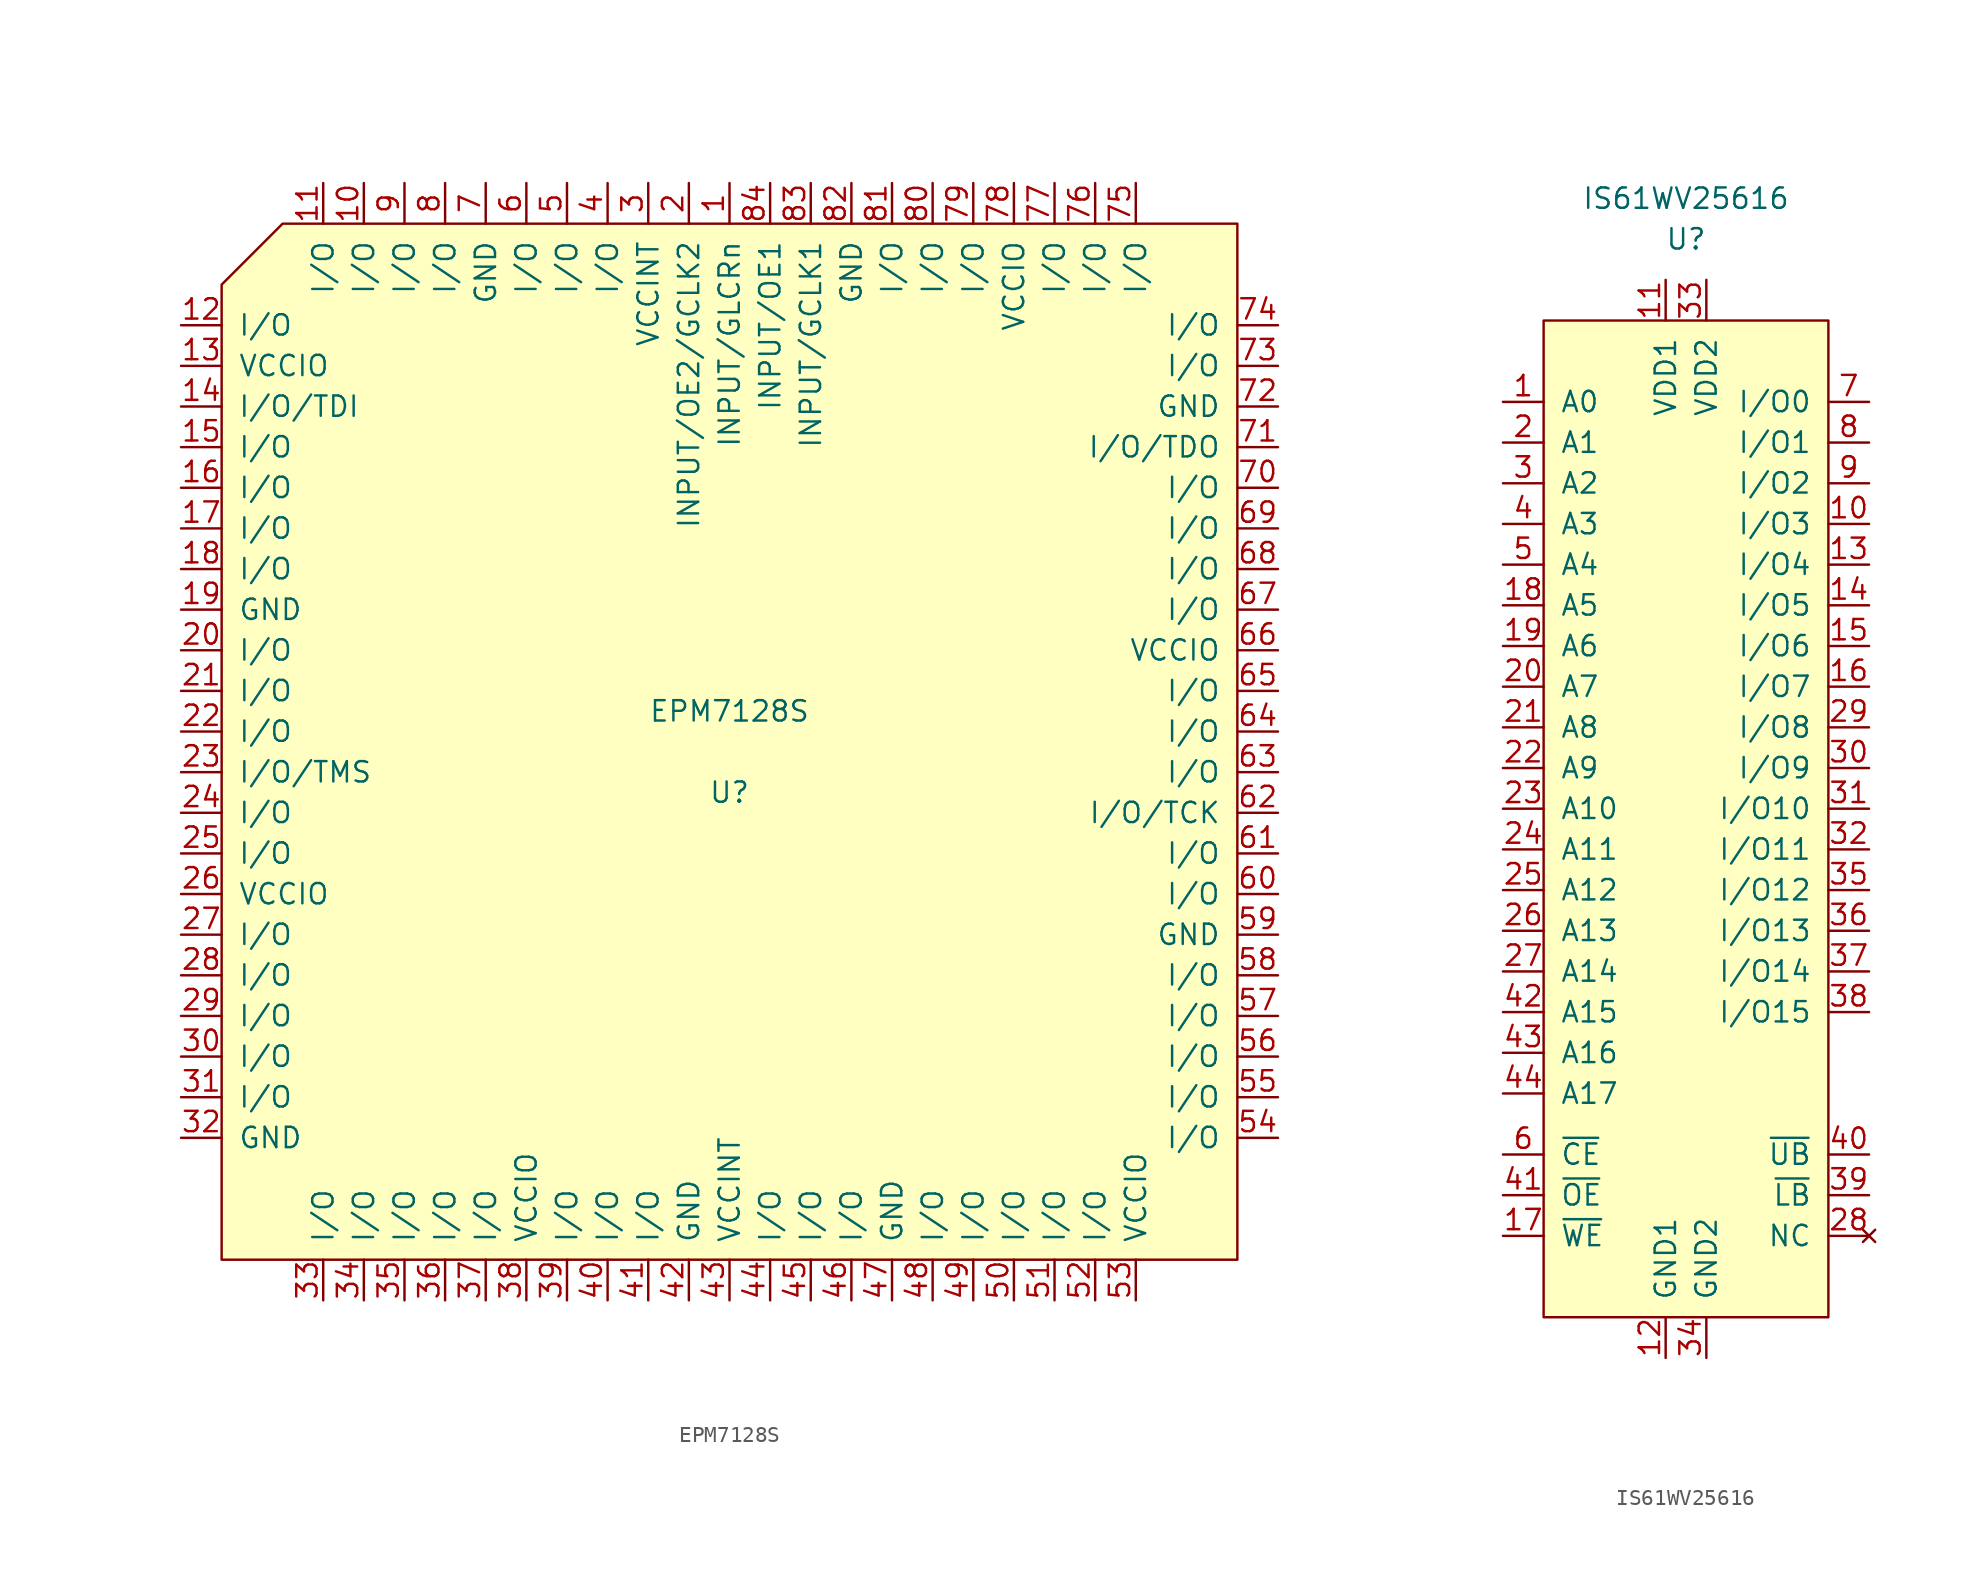
<source format=kicad_sym>
(kicad_symbol_lib
  (version 20220914)
  (generator kicad_symbol_editor)
  (symbol "EPM7128S"
    (pin_names
      (offset 1.016))
    (property "Reference" "U"
      (at 0 -2.54 0)
      (effects (font (size 1.27 1.27))))
    (property "Value" "EPM7128S"
      (at 0 2.54 0)
      (effects (font (size 1.27 1.27))))
    (symbol "EPM7128S_0_0"
      (pin input line (at 0 35.56 270) (length 2.54) (name "INPUT/GLCRn" (effects (font (size 1.27 1.27)))) (number "1" (effects (font (size 1.27 1.27)))))
      (pin bidirectional line (at -22.86 35.56 270) (length 2.54) (name "I/O" (effects (font (size 1.27 1.27)))) (number "10" (effects (font (size 1.27 1.27)))))
      (pin bidirectional line (at -25.4 35.56 270) (length 2.54) (name "I/O" (effects (font (size 1.27 1.27)))) (number "11" (effects (font (size 1.27 1.27)))))
      (pin input line (at -2.54 35.56 270) (length 2.54) (name "INPUT/OE2/GCLK2" (effects (font (size 1.27 1.27)))) (number "2" (effects (font (size 1.27 1.27)))))
      (pin power_in line (at -5.08 35.56 270) (length 2.54) (name "VCCINT" (effects (font (size 1.27 1.27)))) (number "3" (effects (font (size 1.27 1.27)))))
      (pin bidirectional line (at -7.62 35.56 270) (length 2.54) (name "I/O" (effects (font (size 1.27 1.27)))) (number "4" (effects (font (size 1.27 1.27)))))
      (pin bidirectional line (at -10.16 35.56 270) (length 2.54) (name "I/O" (effects (font (size 1.27 1.27)))) (number "5" (effects (font (size 1.27 1.27)))))
      (pin bidirectional line (at -12.7 35.56 270) (length 2.54) (name "I/O" (effects (font (size 1.27 1.27)))) (number "6" (effects (font (size 1.27 1.27)))))
      (pin power_in line (at -15.24 35.56 270) (length 2.54) (name "GND" (effects (font (size 1.27 1.27)))) (number "7" (effects (font (size 1.27 1.27)))))
      (pin bidirectional line (at -17.78 35.56 270) (length 2.54) (name "I/O" (effects (font (size 1.27 1.27)))) (number "8" (effects (font (size 1.27 1.27)))))
      (pin bidirectional line (at -20.32 35.56 270) (length 2.54) (name "I/O" (effects (font (size 1.27 1.27)))) (number "9" (effects (font (size 1.27 1.27))))))
    (symbol "EPM7128S_0_1"
      (polyline (pts (xy -27.94 33.02) (xy -31.75 29.21) (xy -31.75 -31.75) (xy 31.75 -31.75) (xy 31.75 33.02) (xy -27.94 33.02)) (stroke (width 0) (type solid)) (fill (type background))))
    (symbol "EPM7128S_1_1"
      (pin bidirectional line (at -34.29 26.67 0) (length 2.54) (name "I/O" (effects (font (size 1.27 1.27)))) (number "12" (effects (font (size 1.27 1.27)))))
      (pin power_in line (at -34.29 24.13 0) (length 2.54) (name "VCCIO" (effects (font (size 1.27 1.27)))) (number "13" (effects (font (size 1.27 1.27)))))
      (pin bidirectional line (at -34.29 21.59 0) (length 2.54) (name "I/O/TDI" (effects (font (size 1.27 1.27)))) (number "14" (effects (font (size 1.27 1.27)))))
      (pin bidirectional line (at -34.29 19.05 0) (length 2.54) (name "I/O" (effects (font (size 1.27 1.27)))) (number "15" (effects (font (size 1.27 1.27)))))
      (pin bidirectional line (at -34.29 16.51 0) (length 2.54) (name "I/O" (effects (font (size 1.27 1.27)))) (number "16" (effects (font (size 1.27 1.27)))))
      (pin bidirectional line (at -34.29 13.97 0) (length 2.54) (name "I/O" (effects (font (size 1.27 1.27)))) (number "17" (effects (font (size 1.27 1.27)))))
      (pin bidirectional line (at -34.29 11.43 0) (length 2.54) (name "I/O" (effects (font (size 1.27 1.27)))) (number "18" (effects (font (size 1.27 1.27)))))
      (pin power_in line (at -34.29 8.89 0) (length 2.54) (name "GND" (effects (font (size 1.27 1.27)))) (number "19" (effects (font (size 1.27 1.27)))))
      (pin bidirectional line (at -34.29 6.35 0) (length 2.54) (name "I/O" (effects (font (size 1.27 1.27)))) (number "20" (effects (font (size 1.27 1.27)))))
      (pin bidirectional line (at -34.29 3.81 0) (length 2.54) (name "I/O" (effects (font (size 1.27 1.27)))) (number "21" (effects (font (size 1.27 1.27)))))
      (pin bidirectional line (at -34.29 1.27 0) (length 2.54) (name "I/O" (effects (font (size 1.27 1.27)))) (number "22" (effects (font (size 1.27 1.27)))))
      (pin bidirectional line (at -34.29 -1.27 0) (length 2.54) (name "I/O/TMS" (effects (font (size 1.27 1.27)))) (number "23" (effects (font (size 1.27 1.27)))))
      (pin bidirectional line (at -34.29 -3.81 0) (length 2.54) (name "I/O" (effects (font (size 1.27 1.27)))) (number "24" (effects (font (size 1.27 1.27)))))
      (pin bidirectional line (at -34.29 -6.35 0) (length 2.54) (name "I/O" (effects (font (size 1.27 1.27)))) (number "25" (effects (font (size 1.27 1.27)))))
      (pin power_in line (at -34.29 -8.89 0) (length 2.54) (name "VCCIO" (effects (font (size 1.27 1.27)))) (number "26" (effects (font (size 1.27 1.27)))))
      (pin bidirectional line (at -34.29 -11.43 0) (length 2.54) (name "I/O" (effects (font (size 1.27 1.27)))) (number "27" (effects (font (size 1.27 1.27)))))
      (pin bidirectional line (at -34.29 -13.97 0) (length 2.54) (name "I/O" (effects (font (size 1.27 1.27)))) (number "28" (effects (font (size 1.27 1.27)))))
      (pin bidirectional line (at -34.29 -16.51 0) (length 2.54) (name "I/O" (effects (font (size 1.27 1.27)))) (number "29" (effects (font (size 1.27 1.27)))))
      (pin bidirectional line (at -34.29 -19.05 0) (length 2.54) (name "I/O" (effects (font (size 1.27 1.27)))) (number "30" (effects (font (size 1.27 1.27)))))
      (pin bidirectional line (at -34.29 -21.59 0) (length 2.54) (name "I/O" (effects (font (size 1.27 1.27)))) (number "31" (effects (font (size 1.27 1.27)))))
      (pin power_in line (at -34.29 -24.13 0) (length 2.54) (name "GND" (effects (font (size 1.27 1.27)))) (number "32" (effects (font (size 1.27 1.27)))))
      (pin bidirectional line (at -25.4 -34.29 90) (length 2.54) (name "I/O" (effects (font (size 1.27 1.27)))) (number "33" (effects (font (size 1.27 1.27)))))
      (pin bidirectional line (at -22.86 -34.29 90) (length 2.54) (name "I/O" (effects (font (size 1.27 1.27)))) (number "34" (effects (font (size 1.27 1.27)))))
      (pin bidirectional line (at -20.32 -34.29 90) (length 2.54) (name "I/O" (effects (font (size 1.27 1.27)))) (number "35" (effects (font (size 1.27 1.27)))))
      (pin bidirectional line (at -17.78 -34.29 90) (length 2.54) (name "I/O" (effects (font (size 1.27 1.27)))) (number "36" (effects (font (size 1.27 1.27)))))
      (pin bidirectional line (at -15.24 -34.29 90) (length 2.54) (name "I/O" (effects (font (size 1.27 1.27)))) (number "37" (effects (font (size 1.27 1.27)))))
      (pin power_in line (at -12.7 -34.29 90) (length 2.54) (name "VCCIO" (effects (font (size 1.27 1.27)))) (number "38" (effects (font (size 1.27 1.27)))))
      (pin bidirectional line (at -10.16 -34.29 90) (length 2.54) (name "I/O" (effects (font (size 1.27 1.27)))) (number "39" (effects (font (size 1.27 1.27)))))
      (pin bidirectional line (at -7.62 -34.29 90) (length 2.54) (name "I/O" (effects (font (size 1.27 1.27)))) (number "40" (effects (font (size 1.27 1.27)))))
      (pin bidirectional line (at -5.08 -34.29 90) (length 2.54) (name "I/O" (effects (font (size 1.27 1.27)))) (number "41" (effects (font (size 1.27 1.27)))))
      (pin power_in line (at -2.54 -34.29 90) (length 2.54) (name "GND" (effects (font (size 1.27 1.27)))) (number "42" (effects (font (size 1.27 1.27)))))
      (pin power_in line (at 0 -34.29 90) (length 2.54) (name "VCCINT" (effects (font (size 1.27 1.27)))) (number "43" (effects (font (size 1.27 1.27)))))
      (pin bidirectional line (at 2.54 -34.29 90) (length 2.54) (name "I/O" (effects (font (size 1.27 1.27)))) (number "44" (effects (font (size 1.27 1.27)))))
      (pin bidirectional line (at 5.08 -34.29 90) (length 2.54) (name "I/O" (effects (font (size 1.27 1.27)))) (number "45" (effects (font (size 1.27 1.27)))))
      (pin bidirectional line (at 7.62 -34.29 90) (length 2.54) (name "I/O" (effects (font (size 1.27 1.27)))) (number "46" (effects (font (size 1.27 1.27)))))
      (pin power_in line (at 10.16 -34.29 90) (length 2.54) (name "GND" (effects (font (size 1.27 1.27)))) (number "47" (effects (font (size 1.27 1.27)))))
      (pin bidirectional line (at 12.7 -34.29 90) (length 2.54) (name "I/O" (effects (font (size 1.27 1.27)))) (number "48" (effects (font (size 1.27 1.27)))))
      (pin bidirectional line (at 15.24 -34.29 90) (length 2.54) (name "I/O" (effects (font (size 1.27 1.27)))) (number "49" (effects (font (size 1.27 1.27)))))
      (pin bidirectional line (at 17.78 -34.29 90) (length 2.54) (name "I/O" (effects (font (size 1.27 1.27)))) (number "50" (effects (font (size 1.27 1.27)))))
      (pin bidirectional line (at 20.32 -34.29 90) (length 2.54) (name "I/O" (effects (font (size 1.27 1.27)))) (number "51" (effects (font (size 1.27 1.27)))))
      (pin bidirectional line (at 22.86 -34.29 90) (length 2.54) (name "I/O" (effects (font (size 1.27 1.27)))) (number "52" (effects (font (size 1.27 1.27)))))
      (pin power_in line (at 25.4 -34.29 90) (length 2.54) (name "VCCIO" (effects (font (size 1.27 1.27)))) (number "53" (effects (font (size 1.27 1.27)))))
      (pin bidirectional line (at 34.29 -24.13 180) (length 2.54) (name "I/O" (effects (font (size 1.27 1.27)))) (number "54" (effects (font (size 1.27 1.27)))))
      (pin bidirectional line (at 34.29 -21.59 180) (length 2.54) (name "I/O" (effects (font (size 1.27 1.27)))) (number "55" (effects (font (size 1.27 1.27)))))
      (pin bidirectional line (at 34.29 -19.05 180) (length 2.54) (name "I/O" (effects (font (size 1.27 1.27)))) (number "56" (effects (font (size 1.27 1.27)))))
      (pin bidirectional line (at 34.29 -16.51 180) (length 2.54) (name "I/O" (effects (font (size 1.27 1.27)))) (number "57" (effects (font (size 1.27 1.27)))))
      (pin bidirectional line (at 34.29 -13.97 180) (length 2.54) (name "I/O" (effects (font (size 1.27 1.27)))) (number "58" (effects (font (size 1.27 1.27)))))
      (pin power_in line (at 34.29 -11.43 180) (length 2.54) (name "GND" (effects (font (size 1.27 1.27)))) (number "59" (effects (font (size 1.27 1.27)))))
      (pin bidirectional line (at 34.29 -8.89 180) (length 2.54) (name "I/O" (effects (font (size 1.27 1.27)))) (number "60" (effects (font (size 1.27 1.27)))))
      (pin bidirectional line (at 34.29 -6.35 180) (length 2.54) (name "I/O" (effects (font (size 1.27 1.27)))) (number "61" (effects (font (size 1.27 1.27)))))
      (pin bidirectional line (at 34.29 -3.81 180) (length 2.54) (name "I/O/TCK" (effects (font (size 1.27 1.27)))) (number "62" (effects (font (size 1.27 1.27)))))
      (pin bidirectional line (at 34.29 -1.27 180) (length 2.54) (name "I/O" (effects (font (size 1.27 1.27)))) (number "63" (effects (font (size 1.27 1.27)))))
      (pin bidirectional line (at 34.29 1.27 180) (length 2.54) (name "I/O" (effects (font (size 1.27 1.27)))) (number "64" (effects (font (size 1.27 1.27)))))
      (pin bidirectional line (at 34.29 3.81 180) (length 2.54) (name "I/O" (effects (font (size 1.27 1.27)))) (number "65" (effects (font (size 1.27 1.27)))))
      (pin power_in line (at 34.29 6.35 180) (length 2.54) (name "VCCIO" (effects (font (size 1.27 1.27)))) (number "66" (effects (font (size 1.27 1.27)))))
      (pin bidirectional line (at 34.29 8.89 180) (length 2.54) (name "I/O" (effects (font (size 1.27 1.27)))) (number "67" (effects (font (size 1.27 1.27)))))
      (pin bidirectional line (at 34.29 11.43 180) (length 2.54) (name "I/O" (effects (font (size 1.27 1.27)))) (number "68" (effects (font (size 1.27 1.27)))))
      (pin bidirectional line (at 34.29 13.97 180) (length 2.54) (name "I/O" (effects (font (size 1.27 1.27)))) (number "69" (effects (font (size 1.27 1.27)))))
      (pin bidirectional line (at 34.29 16.51 180) (length 2.54) (name "I/O" (effects (font (size 1.27 1.27)))) (number "70" (effects (font (size 1.27 1.27)))))
      (pin bidirectional line (at 34.29 19.05 180) (length 2.54) (name "I/O/TDO" (effects (font (size 1.27 1.27)))) (number "71" (effects (font (size 1.27 1.27)))))
      (pin power_in line (at 34.29 21.59 180) (length 2.54) (name "GND" (effects (font (size 1.27 1.27)))) (number "72" (effects (font (size 1.27 1.27)))))
      (pin bidirectional line (at 34.29 24.13 180) (length 2.54) (name "I/O" (effects (font (size 1.27 1.27)))) (number "73" (effects (font (size 1.27 1.27)))))
      (pin bidirectional line (at 34.29 26.67 180) (length 2.54) (name "I/O" (effects (font (size 1.27 1.27)))) (number "74" (effects (font (size 1.27 1.27)))))
      (pin bidirectional line (at 25.4 35.56 270) (length 2.54) (name "I/O" (effects (font (size 1.27 1.27)))) (number "75" (effects (font (size 1.27 1.27)))))
      (pin bidirectional line (at 22.86 35.56 270) (length 2.54) (name "I/O" (effects (font (size 1.27 1.27)))) (number "76" (effects (font (size 1.27 1.27)))))
      (pin bidirectional line (at 20.32 35.56 270) (length 2.54) (name "I/O" (effects (font (size 1.27 1.27)))) (number "77" (effects (font (size 1.27 1.27)))))
      (pin power_in line (at 17.78 35.56 270) (length 2.54) (name "VCCIO" (effects (font (size 1.27 1.27)))) (number "78" (effects (font (size 1.27 1.27)))))
      (pin bidirectional line (at 15.24 35.56 270) (length 2.54) (name "I/O" (effects (font (size 1.27 1.27)))) (number "79" (effects (font (size 1.27 1.27)))))
      (pin bidirectional line (at 12.7 35.56 270) (length 2.54) (name "I/O" (effects (font (size 1.27 1.27)))) (number "80" (effects (font (size 1.27 1.27)))))
      (pin bidirectional line (at 10.16 35.56 270) (length 2.54) (name "I/O" (effects (font (size 1.27 1.27)))) (number "81" (effects (font (size 1.27 1.27)))))
      (pin power_in line (at 7.62 35.56 270) (length 2.54) (name "GND" (effects (font (size 1.27 1.27)))) (number "82" (effects (font (size 1.27 1.27)))))
      (pin input line (at 5.08 35.56 270) (length 2.54) (name "INPUT/GCLK1" (effects (font (size 1.27 1.27)))) (number "83" (effects (font (size 1.27 1.27)))))
      (pin input line (at 2.54 35.56 270) (length 2.54) (name "INPUT/OE1" (effects (font (size 1.27 1.27)))) (number "84" (effects (font (size 1.27 1.27)))))))
  (symbol "IS61WV25616"
    (pin_names
      (offset 1.016))
    (property "Reference" "U"
      (at 0 33.02 0)
      (effects (font (size 1.27 1.27))))
    (property "Value" "IS61WV25616"
      (at 0 35.56 0)
      (effects (font (size 1.27 1.27))))
    (symbol "IS61WV25616_0_1"
      (rectangle (start -8.89 27.94) (end 8.89 -34.29) (stroke (width 0) (type solid)) (fill (type background))))
    (symbol "IS61WV25616_1_1"
      (pin input line (at -11.43 22.86 0) (length 2.54) (name "A0" (effects (font (size 1.27 1.27)))) (number "1" (effects (font (size 1.27 1.27)))))
      (pin bidirectional line (at 11.43 15.24 180) (length 2.54) (name "I/O3" (effects (font (size 1.27 1.27)))) (number "10" (effects (font (size 1.27 1.27)))))
      (pin power_in line (at -1.27 30.48 270) (length 2.54) (name "VDD1" (effects (font (size 1.27 1.27)))) (number "11" (effects (font (size 1.27 1.27)))))
      (pin power_in line (at -1.27 -36.83 90) (length 2.54) (name "GND1" (effects (font (size 1.27 1.27)))) (number "12" (effects (font (size 1.27 1.27)))))
      (pin bidirectional line (at 11.43 12.7 180) (length 2.54) (name "I/O4" (effects (font (size 1.27 1.27)))) (number "13" (effects (font (size 1.27 1.27)))))
      (pin bidirectional line (at 11.43 10.16 180) (length 2.54) (name "I/O5" (effects (font (size 1.27 1.27)))) (number "14" (effects (font (size 1.27 1.27)))))
      (pin bidirectional line (at 11.43 7.62 180) (length 2.54) (name "I/O6" (effects (font (size 1.27 1.27)))) (number "15" (effects (font (size 1.27 1.27)))))
      (pin bidirectional line (at 11.43 5.08 180) (length 2.54) (name "I/O7" (effects (font (size 1.27 1.27)))) (number "16" (effects (font (size 1.27 1.27)))))
      (pin input line (at -11.43 -29.21 0) (length 2.54) (name "~{WE}" (effects (font (size 1.27 1.27)))) (number "17" (effects (font (size 1.27 1.27)))))
      (pin input line (at -11.43 10.16 0) (length 2.54) (name "A5" (effects (font (size 1.27 1.27)))) (number "18" (effects (font (size 1.27 1.27)))))
      (pin input line (at -11.43 7.62 0) (length 2.54) (name "A6" (effects (font (size 1.27 1.27)))) (number "19" (effects (font (size 1.27 1.27)))))
      (pin input line (at -11.43 20.32 0) (length 2.54) (name "A1" (effects (font (size 1.27 1.27)))) (number "2" (effects (font (size 1.27 1.27)))))
      (pin input line (at -11.43 5.08 0) (length 2.54) (name "A7" (effects (font (size 1.27 1.27)))) (number "20" (effects (font (size 1.27 1.27)))))
      (pin input line (at -11.43 2.54 0) (length 2.54) (name "A8" (effects (font (size 1.27 1.27)))) (number "21" (effects (font (size 1.27 1.27)))))
      (pin input line (at -11.43 0 0) (length 2.54) (name "A9" (effects (font (size 1.27 1.27)))) (number "22" (effects (font (size 1.27 1.27)))))
      (pin input line (at -11.43 -2.54 0) (length 2.54) (name "A10" (effects (font (size 1.27 1.27)))) (number "23" (effects (font (size 1.27 1.27)))))
      (pin input line (at -11.43 -5.08 0) (length 2.54) (name "A11" (effects (font (size 1.27 1.27)))) (number "24" (effects (font (size 1.27 1.27)))))
      (pin input line (at -11.43 -7.62 0) (length 2.54) (name "A12" (effects (font (size 1.27 1.27)))) (number "25" (effects (font (size 1.27 1.27)))))
      (pin input line (at -11.43 -10.16 0) (length 2.54) (name "A13" (effects (font (size 1.27 1.27)))) (number "26" (effects (font (size 1.27 1.27)))))
      (pin input line (at -11.43 -12.7 0) (length 2.54) (name "A14" (effects (font (size 1.27 1.27)))) (number "27" (effects (font (size 1.27 1.27)))))
      (pin no_connect line (at 11.43 -29.21 180) (length 2.54) (name "NC" (effects (font (size 1.27 1.27)))) (number "28" (effects (font (size 1.27 1.27)))))
      (pin bidirectional line (at 11.43 2.54 180) (length 2.54) (name "I/O8" (effects (font (size 1.27 1.27)))) (number "29" (effects (font (size 1.27 1.27)))))
      (pin input line (at -11.43 17.78 0) (length 2.54) (name "A2" (effects (font (size 1.27 1.27)))) (number "3" (effects (font (size 1.27 1.27)))))
      (pin bidirectional line (at 11.43 0 180) (length 2.54) (name "I/O9" (effects (font (size 1.27 1.27)))) (number "30" (effects (font (size 1.27 1.27)))))
      (pin bidirectional line (at 11.43 -2.54 180) (length 2.54) (name "I/O10" (effects (font (size 1.27 1.27)))) (number "31" (effects (font (size 1.27 1.27)))))
      (pin bidirectional line (at 11.43 -5.08 180) (length 2.54) (name "I/O11" (effects (font (size 1.27 1.27)))) (number "32" (effects (font (size 1.27 1.27)))))
      (pin power_in line (at 1.27 30.48 270) (length 2.54) (name "VDD2" (effects (font (size 1.27 1.27)))) (number "33" (effects (font (size 1.27 1.27)))))
      (pin power_in line (at 1.27 -36.83 90) (length 2.54) (name "GND2" (effects (font (size 1.27 1.27)))) (number "34" (effects (font (size 1.27 1.27)))))
      (pin bidirectional line (at 11.43 -7.62 180) (length 2.54) (name "I/O12" (effects (font (size 1.27 1.27)))) (number "35" (effects (font (size 1.27 1.27)))))
      (pin bidirectional line (at 11.43 -10.16 180) (length 2.54) (name "I/O13" (effects (font (size 1.27 1.27)))) (number "36" (effects (font (size 1.27 1.27)))))
      (pin bidirectional line (at 11.43 -12.7 180) (length 2.54) (name "I/O14" (effects (font (size 1.27 1.27)))) (number "37" (effects (font (size 1.27 1.27)))))
      (pin bidirectional line (at 11.43 -15.24 180) (length 2.54) (name "I/O15" (effects (font (size 1.27 1.27)))) (number "38" (effects (font (size 1.27 1.27)))))
      (pin input line (at 11.43 -26.67 180) (length 2.54) (name "~{LB}" (effects (font (size 1.27 1.27)))) (number "39" (effects (font (size 1.27 1.27)))))
      (pin input line (at -11.43 15.24 0) (length 2.54) (name "A3" (effects (font (size 1.27 1.27)))) (number "4" (effects (font (size 1.27 1.27)))))
      (pin input line (at 11.43 -24.13 180) (length 2.54) (name "~{UB}" (effects (font (size 1.27 1.27)))) (number "40" (effects (font (size 1.27 1.27)))))
      (pin input line (at -11.43 -26.67 0) (length 2.54) (name "~{OE}" (effects (font (size 1.27 1.27)))) (number "41" (effects (font (size 1.27 1.27)))))
      (pin input line (at -11.43 -15.24 0) (length 2.54) (name "A15" (effects (font (size 1.27 1.27)))) (number "42" (effects (font (size 1.27 1.27)))))
      (pin input line (at -11.43 -17.78 0) (length 2.54) (name "A16" (effects (font (size 1.27 1.27)))) (number "43" (effects (font (size 1.27 1.27)))))
      (pin input line (at -11.43 -20.32 0) (length 2.54) (name "A17" (effects (font (size 1.27 1.27)))) (number "44" (effects (font (size 1.27 1.27)))))
      (pin input line (at -11.43 12.7 0) (length 2.54) (name "A4" (effects (font (size 1.27 1.27)))) (number "5" (effects (font (size 1.27 1.27)))))
      (pin input line (at -11.43 -24.13 0) (length 2.54) (name "~{CE}" (effects (font (size 1.27 1.27)))) (number "6" (effects (font (size 1.27 1.27)))))
      (pin bidirectional line (at 11.43 22.86 180) (length 2.54) (name "I/O0" (effects (font (size 1.27 1.27)))) (number "7" (effects (font (size 1.27 1.27)))))
      (pin bidirectional line (at 11.43 20.32 180) (length 2.54) (name "I/O1" (effects (font (size 1.27 1.27)))) (number "8" (effects (font (size 1.27 1.27)))))
      (pin bidirectional line (at 11.43 17.78 180) (length 2.54) (name "I/O2" (effects (font (size 1.27 1.27)))) (number "9" (effects (font (size 1.27 1.27))))))))
</source>
